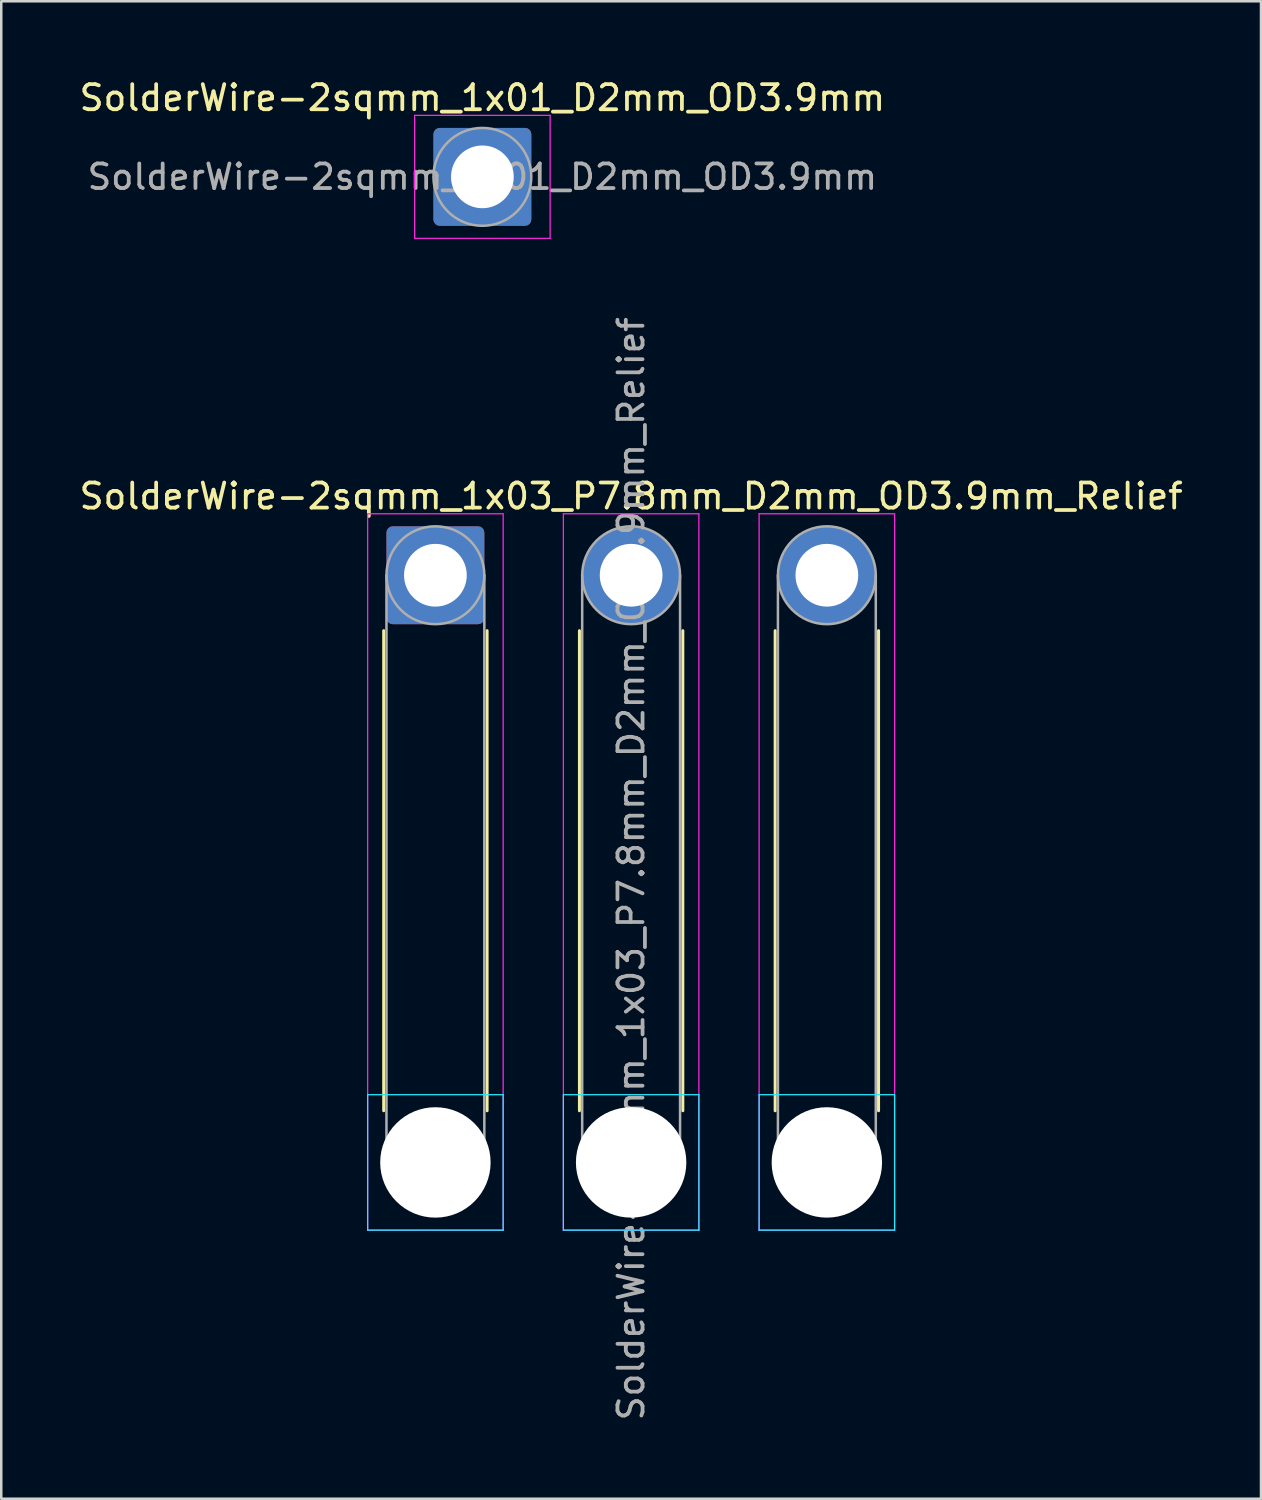
<source format=kicad_pcb>
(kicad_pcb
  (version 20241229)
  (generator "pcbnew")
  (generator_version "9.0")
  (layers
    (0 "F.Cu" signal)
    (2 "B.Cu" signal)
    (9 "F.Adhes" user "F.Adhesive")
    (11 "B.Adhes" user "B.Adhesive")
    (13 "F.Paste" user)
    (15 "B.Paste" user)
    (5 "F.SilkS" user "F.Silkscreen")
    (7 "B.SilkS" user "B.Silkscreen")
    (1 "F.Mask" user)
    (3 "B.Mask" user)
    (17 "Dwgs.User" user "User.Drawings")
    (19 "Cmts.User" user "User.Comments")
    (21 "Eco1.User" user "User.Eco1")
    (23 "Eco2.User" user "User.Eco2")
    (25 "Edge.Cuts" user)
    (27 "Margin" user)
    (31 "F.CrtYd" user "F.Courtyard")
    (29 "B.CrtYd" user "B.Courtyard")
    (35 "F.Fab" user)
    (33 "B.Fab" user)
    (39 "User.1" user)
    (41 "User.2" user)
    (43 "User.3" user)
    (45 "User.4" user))
  (footprint "SolderWire-2sqmm_1x01_D2mm_OD3.9mm"
    (layer "F.Cu")
    (at 16.173 3.998)
    (property "Reference" "SolderWire-2sqmm_1x01_D2mm_OD3.9mm" (at 0 -3.15 0) (layer "F.SilkS") (effects (font (size 1 1) (thickness 0.15))))
    (attr exclude_from_pos_files exclude_from_bom)
    (fp_line (start -2.7 -2.45) (end -2.7 2.45) (stroke (width 0.05) (type solid)) (layer "F.CrtYd"))
    (fp_line (start -2.7 2.45) (end 2.7 2.45) (stroke (width 0.05) (type solid)) (layer "F.CrtYd"))
    (fp_line (start 2.7 -2.45) (end -2.7 -2.45) (stroke (width 0.05) (type solid)) (layer "F.CrtYd"))
    (fp_line (start 2.7 2.45) (end 2.7 -2.45) (stroke (width 0.05) (type solid)) (layer "F.CrtYd"))
    (fp_circle (center 0 0) (end 1.95 0) (stroke (width 0.1) (type solid)) (fill no) (layer "F.Fab"))
    (fp_text user "${REFERENCE}" (at 0 0 0) (layer "F.Fab") (effects (font (size 0.98 0.98) (thickness 0.15))))
    (pad "1" thru_hole roundrect (at 0 0) (size 3.9 3.9) (drill 2.5) (layers "*.Cu" "*.Mask") (roundrect_rratio 0.064)))
  (footprint "SolderWire-2sqmm_1x03_P7.8mm_D2mm_OD3.9mm_Relief"
    (layer "F.Cu")
    (at 14.301 19.874)
    (property "Reference" "SolderWire-2sqmm_1x03_P7.8mm_D2mm_OD3.9mm_Relief" (at 7.8 -3.15 0) (layer "F.SilkS") (effects (font (size 1 1) (thickness 0.15))))
    (attr exclude_from_pos_files exclude_from_bom)
    (fp_line (start -2.06 2.21) (end -2.06 21.34) (stroke (width 0.12) (type solid)) (layer "F.SilkS"))
    (fp_line (start 2.06 2.21) (end 2.06 21.34) (stroke (width 0.12) (type solid)) (layer "F.SilkS"))
    (fp_line (start 5.74 2.21) (end 5.74 21.34) (stroke (width 0.12) (type solid)) (layer "F.SilkS"))
    (fp_line (start 9.86 2.21) (end 9.86 21.34) (stroke (width 0.12) (type solid)) (layer "F.SilkS"))
    (fp_line (start 13.54 2.21) (end 13.54 21.34) (stroke (width 0.12) (type solid)) (layer "F.SilkS"))
    (fp_line (start 17.66 2.21) (end 17.66 21.34) (stroke (width 0.12) (type solid)) (layer "F.SilkS"))
    (fp_line (start -2.7 20.7) (end -2.7 26.1) (stroke (width 0.05) (type solid)) (layer "B.CrtYd"))
    (fp_line (start -2.7 26.1) (end 2.7 26.1) (stroke (width 0.05) (type solid)) (layer "B.CrtYd"))
    (fp_line (start 2.7 20.7) (end -2.7 20.7) (stroke (width 0.05) (type solid)) (layer "B.CrtYd"))
    (fp_line (start 2.7 26.1) (end 2.7 20.7) (stroke (width 0.05) (type solid)) (layer "B.CrtYd"))
    (fp_line (start 5.1 20.7) (end 5.1 26.1) (stroke (width 0.05) (type solid)) (layer "B.CrtYd"))
    (fp_line (start 5.1 26.1) (end 10.5 26.1) (stroke (width 0.05) (type solid)) (layer "B.CrtYd"))
    (fp_line (start 10.5 20.7) (end 5.1 20.7) (stroke (width 0.05) (type solid)) (layer "B.CrtYd"))
    (fp_line (start 10.5 26.1) (end 10.5 20.7) (stroke (width 0.05) (type solid)) (layer "B.CrtYd"))
    (fp_line (start 12.9 20.7) (end 12.9 26.1) (stroke (width 0.05) (type solid)) (layer "B.CrtYd"))
    (fp_line (start 12.9 26.1) (end 18.3 26.1) (stroke (width 0.05) (type solid)) (layer "B.CrtYd"))
    (fp_line (start 18.3 20.7) (end 12.9 20.7) (stroke (width 0.05) (type solid)) (layer "B.CrtYd"))
    (fp_line (start 18.3 26.1) (end 18.3 20.7) (stroke (width 0.05) (type solid)) (layer "B.CrtYd"))
    (fp_line (start -2.7 -2.45) (end -2.7 26.1) (stroke (width 0.05) (type solid)) (layer "F.CrtYd"))
    (fp_line (start -2.7 26.1) (end 2.7 26.1) (stroke (width 0.05) (type solid)) (layer "F.CrtYd"))
    (fp_line (start 2.7 -2.45) (end -2.7 -2.45) (stroke (width 0.05) (type solid)) (layer "F.CrtYd"))
    (fp_line (start 2.7 26.1) (end 2.7 -2.45) (stroke (width 0.05) (type solid)) (layer "F.CrtYd"))
    (fp_line (start 5.1 -2.45) (end 5.1 26.1) (stroke (width 0.05) (type solid)) (layer "F.CrtYd"))
    (fp_line (start 5.1 26.1) (end 10.5 26.1) (stroke (width 0.05) (type solid)) (layer "F.CrtYd"))
    (fp_line (start 10.5 -2.45) (end 5.1 -2.45) (stroke (width 0.05) (type solid)) (layer "F.CrtYd"))
    (fp_line (start 10.5 26.1) (end 10.5 -2.45) (stroke (width 0.05) (type solid)) (layer "F.CrtYd"))
    (fp_line (start 12.9 -2.45) (end 12.9 26.1) (stroke (width 0.05) (type solid)) (layer "F.CrtYd"))
    (fp_line (start 12.9 26.1) (end 18.3 26.1) (stroke (width 0.05) (type solid)) (layer "F.CrtYd"))
    (fp_line (start 18.3 -2.45) (end 12.9 -2.45) (stroke (width 0.05) (type solid)) (layer "F.CrtYd"))
    (fp_line (start 18.3 26.1) (end 18.3 -2.45) (stroke (width 0.05) (type solid)) (layer "F.CrtYd"))
    (fp_line (start -1.95 0) (end -1.95 23.4) (stroke (width 0.1) (type solid)) (layer "F.Fab"))
    (fp_line (start 1.95 0) (end 1.95 23.4) (stroke (width 0.1) (type solid)) (layer "F.Fab"))
    (fp_line (start 5.85 0) (end 5.85 23.4) (stroke (width 0.1) (type solid)) (layer "F.Fab"))
    (fp_line (start 9.75 0) (end 9.75 23.4) (stroke (width 0.1) (type solid)) (layer "F.Fab"))
    (fp_line (start 13.65 0) (end 13.65 23.4) (stroke (width 0.1) (type solid)) (layer "F.Fab"))
    (fp_line (start 17.55 0) (end 17.55 23.4) (stroke (width 0.1) (type solid)) (layer "F.Fab"))
    (fp_circle (center 0 0) (end 1.95 0) (stroke (width 0.1) (type solid)) (fill no) (layer "F.Fab"))
    (fp_circle (center 0 23.4) (end 1.95 23.4) (stroke (width 0.1) (type solid)) (fill no) (layer "F.Fab"))
    (fp_circle (center 7.8 0) (end 9.75 0) (stroke (width 0.1) (type solid)) (fill no) (layer "F.Fab"))
    (fp_circle (center 7.8 23.4) (end 9.75 23.4) (stroke (width 0.1) (type solid)) (fill no) (layer "F.Fab"))
    (fp_circle (center 15.6 0) (end 17.55 0) (stroke (width 0.1) (type solid)) (fill no) (layer "F.Fab"))
    (fp_circle (center 15.6 23.4) (end 17.55 23.4) (stroke (width 0.1) (type solid)) (fill no) (layer "F.Fab"))
    (fp_text user "${REFERENCE}" (at 7.8 11.7 90) (layer "F.Fab") (effects (font (size 1 1) (thickness 0.15))))
    (pad "" np_thru_hole circle (at 0 23.4) (size 4.4 4.4) (drill 4.4) (layers "*.Cu" "*.Mask"))
    (pad "" np_thru_hole circle (at 7.8 23.4) (size 4.4 4.4) (drill 4.4) (layers "*.Cu" "*.Mask"))
    (pad "" np_thru_hole circle (at 15.6 23.4) (size 4.4 4.4) (drill 4.4) (layers "*.Cu" "*.Mask"))
    (pad "1" thru_hole roundrect (at 0 0) (size 3.9 3.9) (drill 2.5) (layers "*.Cu" "*.Mask") (roundrect_rratio 0.064))
    (pad "2" thru_hole circle (at 7.8 0) (size 3.9 3.9) (drill 2.5) (layers "*.Cu" "*.Mask"))
    (pad "3" thru_hole circle (at 15.6 0) (size 3.9 3.9) (drill 2.5) (layers "*.Cu" "*.Mask")))
  (gr_rect
    (start -3 -3)
    (end 47.202 56.676)
    (stroke (width 0.1) (type default))
    (fill no)
    (layer "Edge.Cuts")))
</source>
